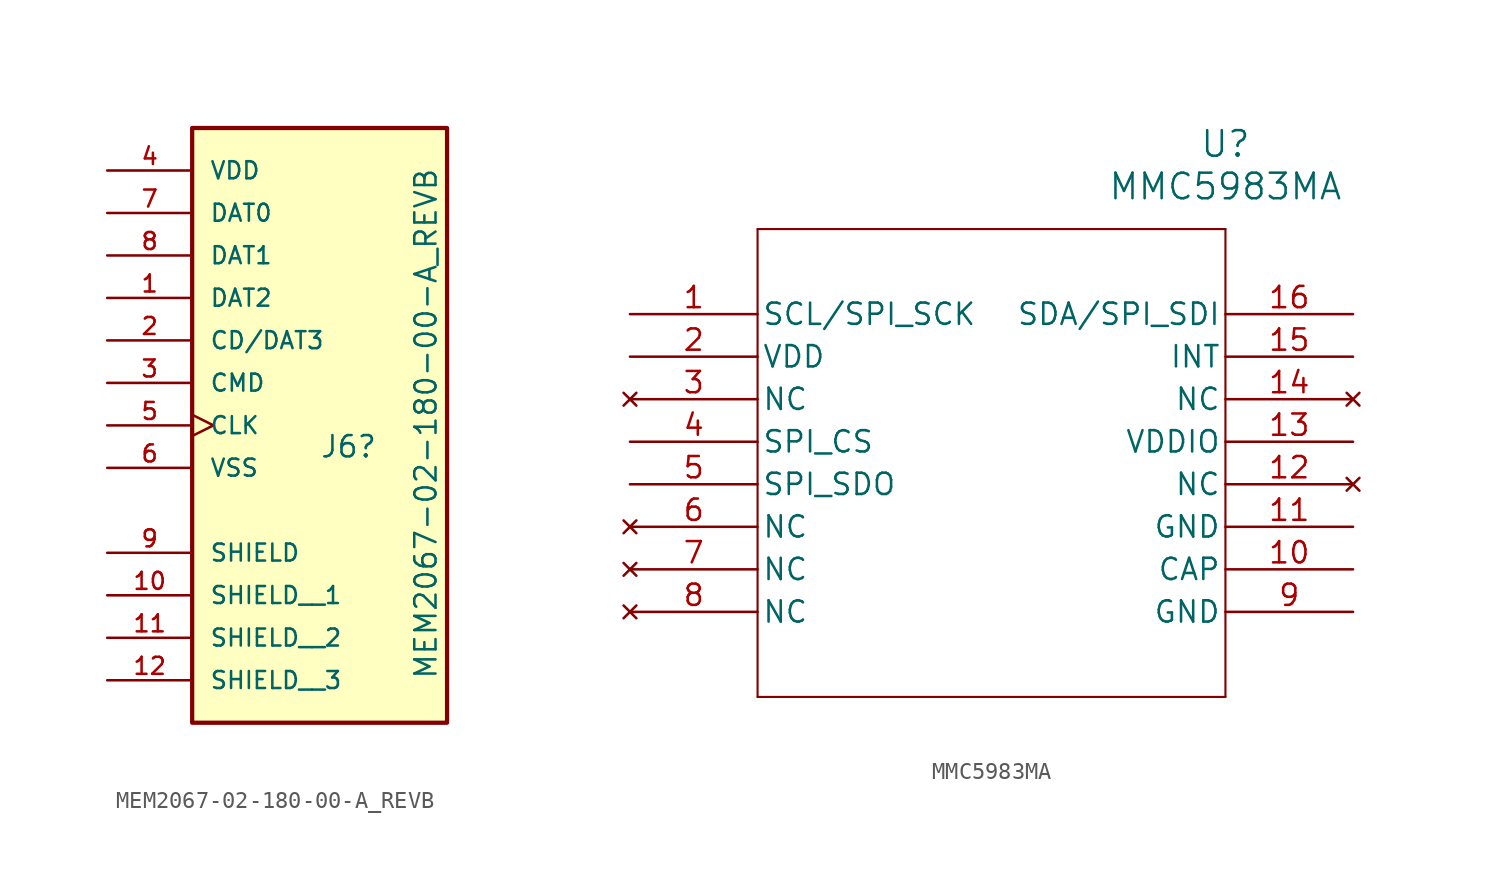
<source format=kicad_sym>
(kicad_symbol_lib
  (version 20211014)
  (generator kicad_symbol_editor)
  (symbol "MEM2067-02-180-00-A_REVB"
    (pin_names
      (offset 1.016))
    (property "Reference" "J6"
      (at 7.62 -6.35 0)
      (effects (font (size 1.27 1.27)) (justify left)))
    (property "Value" "MEM2067-02-180-00-A_REVB"
      (at 13.97 -20.32 90)
      (effects (font (size 1.27 1.27)) (justify left)))
    (symbol "MEM2067-02-180-00-A_REVB_0_0"
      (rectangle (start 0 -22.86) (end 15.24 12.7) (stroke (width 0.254) (type default) (color 0 0 0 0)) (fill (type background)))
      (pin bidirectional line (at -5.08 2.54 0) (length 5.08) (name "DAT2" (effects (font (size 1.016 1.016)))) (number "1" (effects (font (size 1.016 1.016)))))
      (pin passive line (at -5.08 -15.24 0) (length 5.08) (name "SHIELD__1" (effects (font (size 1.016 1.016)))) (number "10" (effects (font (size 1.016 1.016)))))
      (pin passive line (at -5.08 -17.78 0) (length 5.08) (name "SHIELD__2" (effects (font (size 1.016 1.016)))) (number "11" (effects (font (size 1.016 1.016)))))
      (pin passive line (at -5.08 -20.32 0) (length 5.08) (name "SHIELD__3" (effects (font (size 1.016 1.016)))) (number "12" (effects (font (size 1.016 1.016)))))
      (pin bidirectional line (at -5.08 0 0) (length 5.08) (name "CD/DAT3" (effects (font (size 1.016 1.016)))) (number "2" (effects (font (size 1.016 1.016)))))
      (pin bidirectional line (at -5.08 -2.54 0) (length 5.08) (name "CMD" (effects (font (size 1.016 1.016)))) (number "3" (effects (font (size 1.016 1.016)))))
      (pin power_in line (at -5.08 10.16 0) (length 5.08) (name "VDD" (effects (font (size 1.016 1.016)))) (number "4" (effects (font (size 1.016 1.016)))))
      (pin bidirectional clock (at -5.08 -5.08 0) (length 5.08) (name "CLK" (effects (font (size 1.016 1.016)))) (number "5" (effects (font (size 1.016 1.016)))))
      (pin power_in line (at -5.08 -7.62 0) (length 5.08) (name "VSS" (effects (font (size 1.016 1.016)))) (number "6" (effects (font (size 1.016 1.016)))))
      (pin bidirectional line (at -5.08 7.62 0) (length 5.08) (name "DAT0" (effects (font (size 1.016 1.016)))) (number "7" (effects (font (size 1.016 1.016)))))
      (pin bidirectional line (at -5.08 5.08 0) (length 5.08) (name "DAT1" (effects (font (size 1.016 1.016)))) (number "8" (effects (font (size 1.016 1.016)))))
      (pin passive line (at -5.08 -12.7 0) (length 5.08) (name "SHIELD" (effects (font (size 1.016 1.016)))) (number "9" (effects (font (size 1.016 1.016)))))))
  (symbol "MMC5983MA"
    (pin_names
      (offset 0.254))
    (property "Reference" "U"
      (at 35.56 10.16 0)
      (effects (font (size 1.524 1.524))))
    (property "Value" "MMC5983MA"
      (at 35.56 7.62 0)
      (effects (font (size 1.524 1.524))))
    (symbol "MMC5983MA_0_1"
      (polyline (pts (xy 7.62 -22.86) (xy 35.56 -22.86)) (stroke (width 0.127) (type default) (color 0 0 0 0)) (fill (type none)))
      (polyline (pts (xy 7.62 5.08) (xy 7.62 -22.86)) (stroke (width 0.127) (type default) (color 0 0 0 0)) (fill (type none)))
      (polyline (pts (xy 35.56 -22.86) (xy 35.56 5.08)) (stroke (width 0.127) (type default) (color 0 0 0 0)) (fill (type none)))
      (polyline (pts (xy 35.56 5.08) (xy 7.62 5.08)) (stroke (width 0.127) (type default) (color 0 0 0 0)) (fill (type none)))
      (pin input line (at 0 0 0) (length 7.62) (name "SCL/SPI_SCK" (effects (font (size 1.27 1.27)))) (number "1" (effects (font (size 1.27 1.27)))))
      (pin power_in line (at 43.18 -15.24 180) (length 7.62) (name "CAP" (effects (font (size 1.27 1.27)))) (number "10" (effects (font (size 1.27 1.27)))))
      (pin power_out line (at 43.18 -12.7 180) (length 7.62) (name "GND" (effects (font (size 1.27 1.27)))) (number "11" (effects (font (size 1.27 1.27)))))
      (pin no_connect line (at 43.18 -10.16 180) (length 7.62) (name "NC" (effects (font (size 1.27 1.27)))) (number "12" (effects (font (size 1.27 1.27)))))
      (pin power_in line (at 43.18 -7.62 180) (length 7.62) (name "VDDIO" (effects (font (size 1.27 1.27)))) (number "13" (effects (font (size 1.27 1.27)))))
      (pin no_connect line (at 43.18 -5.08 180) (length 7.62) (name "NC" (effects (font (size 1.27 1.27)))) (number "14" (effects (font (size 1.27 1.27)))))
      (pin output line (at 43.18 -2.54 180) (length 7.62) (name "INT" (effects (font (size 1.27 1.27)))) (number "15" (effects (font (size 1.27 1.27)))))
      (pin bidirectional line (at 43.18 0 180) (length 7.62) (name "SDA/SPI_SDI" (effects (font (size 1.27 1.27)))) (number "16" (effects (font (size 1.27 1.27)))))
      (pin power_in line (at 0 -2.54 0) (length 7.62) (name "VDD" (effects (font (size 1.27 1.27)))) (number "2" (effects (font (size 1.27 1.27)))))
      (pin no_connect line (at 0 -5.08 0) (length 7.62) (name "NC" (effects (font (size 1.27 1.27)))) (number "3" (effects (font (size 1.27 1.27)))))
      (pin input line (at 0 -7.62 0) (length 7.62) (name "SPI_CS" (effects (font (size 1.27 1.27)))) (number "4" (effects (font (size 1.27 1.27)))))
      (pin output line (at 0 -10.16 0) (length 7.62) (name "SPI_SDO" (effects (font (size 1.27 1.27)))) (number "5" (effects (font (size 1.27 1.27)))))
      (pin no_connect line (at 0 -12.7 0) (length 7.62) (name "NC" (effects (font (size 1.27 1.27)))) (number "6" (effects (font (size 1.27 1.27)))))
      (pin no_connect line (at 0 -15.24 0) (length 7.62) (name "NC" (effects (font (size 1.27 1.27)))) (number "7" (effects (font (size 1.27 1.27)))))
      (pin no_connect line (at 0 -17.78 0) (length 7.62) (name "NC" (effects (font (size 1.27 1.27)))) (number "8" (effects (font (size 1.27 1.27)))))
      (pin power_out line (at 43.18 -17.78 180) (length 7.62) (name "GND" (effects (font (size 1.27 1.27)))) (number "9" (effects (font (size 1.27 1.27))))))))
</source>
